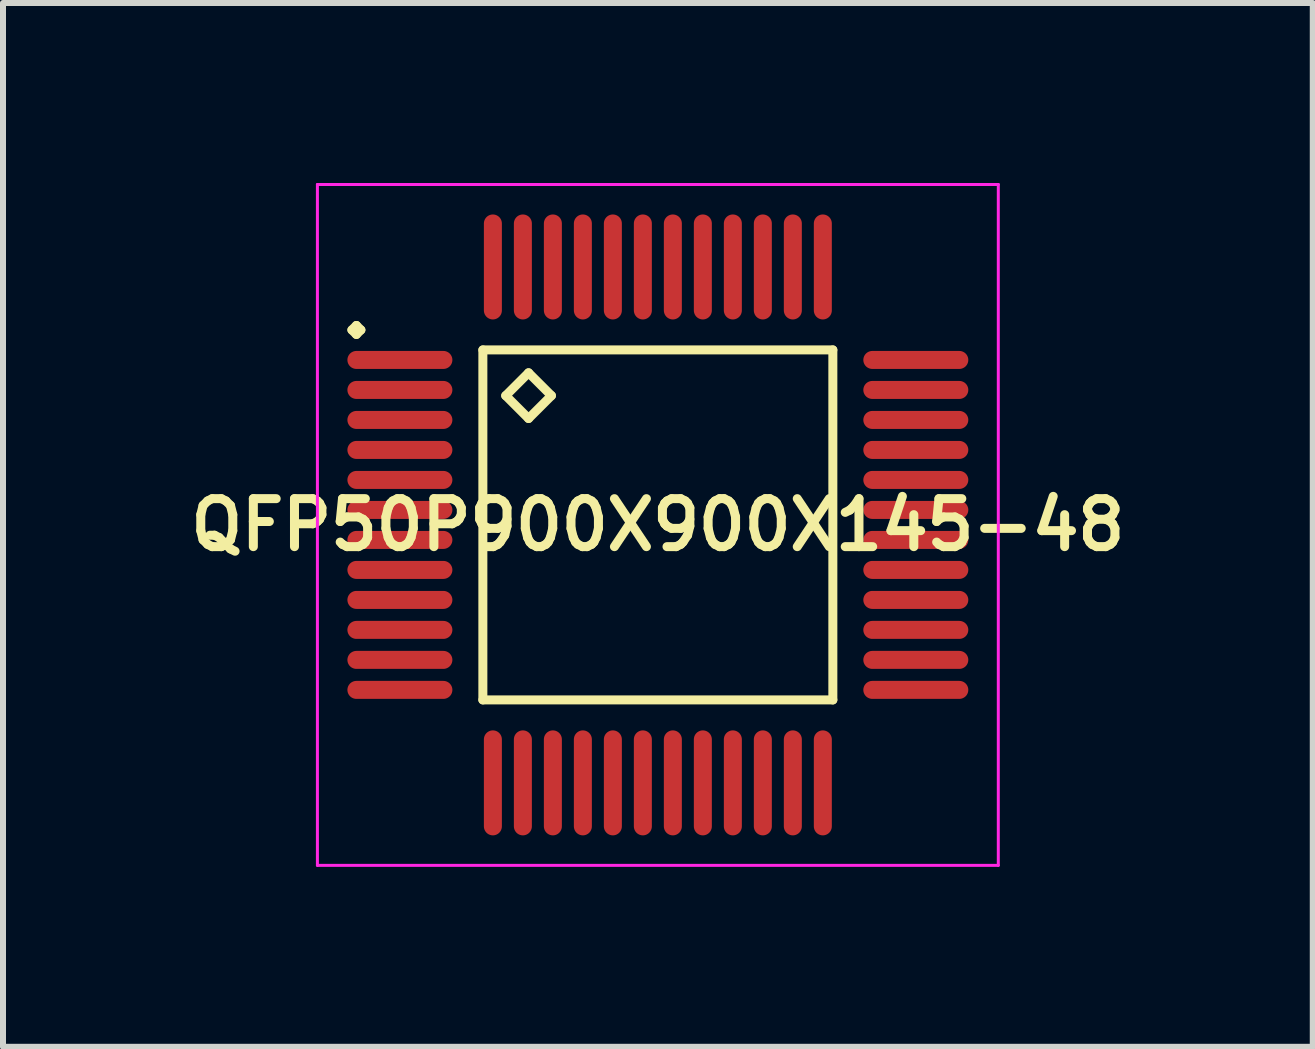
<source format=kicad_pcb>
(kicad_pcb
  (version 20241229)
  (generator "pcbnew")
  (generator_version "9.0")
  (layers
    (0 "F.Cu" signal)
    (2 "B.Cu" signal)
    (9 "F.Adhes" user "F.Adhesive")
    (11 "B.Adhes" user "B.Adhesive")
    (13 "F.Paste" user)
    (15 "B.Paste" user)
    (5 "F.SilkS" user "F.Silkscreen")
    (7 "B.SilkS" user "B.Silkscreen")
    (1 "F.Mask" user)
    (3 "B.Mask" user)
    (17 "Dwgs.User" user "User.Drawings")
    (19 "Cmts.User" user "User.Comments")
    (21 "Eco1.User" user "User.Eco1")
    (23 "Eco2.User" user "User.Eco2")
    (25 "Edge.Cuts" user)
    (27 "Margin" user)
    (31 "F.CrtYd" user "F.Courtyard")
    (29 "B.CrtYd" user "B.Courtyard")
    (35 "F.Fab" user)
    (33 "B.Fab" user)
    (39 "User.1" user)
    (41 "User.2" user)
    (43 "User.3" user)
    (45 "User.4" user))
  (footprint "QFP50P900X900X145-48"
    (layer "F.Cu")
    (at 7.916 5.7)
    (property "Reference" "QFP50P900X900X145-48" (at 0 0 0) (layer "F.SilkS") (effects (font (size 0.8 0.8) (thickness 0.15))))
    (attr smd)
    (fp_line (start -5.1 -3.25) (end -5.025 -3.325) (stroke (width 0.15) (type solid)) (layer "F.SilkS"))
    (fp_line (start -5.025 -3.325) (end -4.95 -3.25) (stroke (width 0.15) (type solid)) (layer "F.SilkS"))
    (fp_line (start -5.025 -3.175) (end -5.1 -3.25) (stroke (width 0.15) (type solid)) (layer "F.SilkS"))
    (fp_line (start -4.95 -3.25) (end -5.025 -3.175) (stroke (width 0.15) (type solid)) (layer "F.SilkS"))
    (fp_line (start -2.917 -2.917) (end -2.917 2.917) (stroke (width 0.15) (type solid)) (layer "F.SilkS"))
    (fp_line (start -2.917 2.917) (end 2.917 2.917) (stroke (width 0.15) (type solid)) (layer "F.SilkS"))
    (fp_line (start -2.536 -2.155) (end -2.155 -2.536) (stroke (width 0.15) (type solid)) (layer "F.SilkS"))
    (fp_line (start -2.155 -2.536) (end -1.774 -2.155) (stroke (width 0.15) (type solid)) (layer "F.SilkS"))
    (fp_line (start -2.155 -1.774) (end -2.536 -2.155) (stroke (width 0.15) (type solid)) (layer "F.SilkS"))
    (fp_line (start -1.774 -2.155) (end -2.155 -1.774) (stroke (width 0.15) (type solid)) (layer "F.SilkS"))
    (fp_line (start 2.917 -2.917) (end -2.917 -2.917) (stroke (width 0.15) (type solid)) (layer "F.SilkS"))
    (fp_line (start 2.917 2.917) (end 2.917 -2.917) (stroke (width 0.15) (type solid)) (layer "F.SilkS"))
    (fp_line (start -5.675 -5.675) (end 5.675 -5.675) (stroke (width 0.05) (type solid)) (layer "F.CrtYd"))
    (fp_line (start -5.675 5.675) (end -5.675 -5.675) (stroke (width 0.05) (type solid)) (layer "F.CrtYd"))
    (fp_line (start 5.675 -5.675) (end 5.675 5.675) (stroke (width 0.05) (type solid)) (layer "F.CrtYd"))
    (fp_line (start 5.675 5.675) (end -5.675 5.675) (stroke (width 0.05) (type solid)) (layer "F.CrtYd"))
    (pad "1" smd oval (at -4.3 -2.75) (size 1.75 0.3) (layers "F.Cu" "F.Mask" "F.Paste"))
    (pad "2" smd oval (at -4.3 -2.25) (size 1.75 0.3) (layers "F.Cu" "F.Mask" "F.Paste"))
    (pad "3" smd oval (at -4.3 -1.75) (size 1.75 0.3) (layers "F.Cu" "F.Mask" "F.Paste"))
    (pad "4" smd oval (at -4.3 -1.25) (size 1.75 0.3) (layers "F.Cu" "F.Mask" "F.Paste"))
    (pad "5" smd oval (at -4.3 -0.75) (size 1.75 0.3) (layers "F.Cu" "F.Mask" "F.Paste"))
    (pad "6" smd oval (at -4.3 -0.25) (size 1.75 0.3) (layers "F.Cu" "F.Mask" "F.Paste"))
    (pad "7" smd oval (at -4.3 0.25) (size 1.75 0.3) (layers "F.Cu" "F.Mask" "F.Paste"))
    (pad "8" smd oval (at -4.3 0.75) (size 1.75 0.3) (layers "F.Cu" "F.Mask" "F.Paste"))
    (pad "9" smd oval (at -4.3 1.25) (size 1.75 0.3) (layers "F.Cu" "F.Mask" "F.Paste"))
    (pad "10" smd oval (at -4.3 1.75) (size 1.75 0.3) (layers "F.Cu" "F.Mask" "F.Paste"))
    (pad "11" smd oval (at -4.3 2.25) (size 1.75 0.3) (layers "F.Cu" "F.Mask" "F.Paste"))
    (pad "12" smd oval (at -4.3 2.75) (size 1.75 0.3) (layers "F.Cu" "F.Mask" "F.Paste"))
    (pad "13" smd oval (at -2.75 4.3) (size 0.3 1.75) (layers "F.Cu" "F.Mask" "F.Paste"))
    (pad "14" smd oval (at -2.25 4.3) (size 0.3 1.75) (layers "F.Cu" "F.Mask" "F.Paste"))
    (pad "15" smd oval (at -1.75 4.3) (size 0.3 1.75) (layers "F.Cu" "F.Mask" "F.Paste"))
    (pad "16" smd oval (at -1.25 4.3) (size 0.3 1.75) (layers "F.Cu" "F.Mask" "F.Paste"))
    (pad "17" smd oval (at -0.75 4.3) (size 0.3 1.75) (layers "F.Cu" "F.Mask" "F.Paste"))
    (pad "18" smd oval (at -0.25 4.3) (size 0.3 1.75) (layers "F.Cu" "F.Mask" "F.Paste"))
    (pad "19" smd oval (at 0.25 4.3) (size 0.3 1.75) (layers "F.Cu" "F.Mask" "F.Paste"))
    (pad "20" smd oval (at 0.75 4.3) (size 0.3 1.75) (layers "F.Cu" "F.Mask" "F.Paste"))
    (pad "21" smd oval (at 1.25 4.3) (size 0.3 1.75) (layers "F.Cu" "F.Mask" "F.Paste"))
    (pad "22" smd oval (at 1.75 4.3) (size 0.3 1.75) (layers "F.Cu" "F.Mask" "F.Paste"))
    (pad "23" smd oval (at 2.25 4.3) (size 0.3 1.75) (layers "F.Cu" "F.Mask" "F.Paste"))
    (pad "24" smd oval (at 2.75 4.3) (size 0.3 1.75) (layers "F.Cu" "F.Mask" "F.Paste"))
    (pad "25" smd oval (at 4.3 2.75) (size 1.75 0.3) (layers "F.Cu" "F.Mask" "F.Paste"))
    (pad "26" smd oval (at 4.3 2.25) (size 1.75 0.3) (layers "F.Cu" "F.Mask" "F.Paste"))
    (pad "27" smd oval (at 4.3 1.75) (size 1.75 0.3) (layers "F.Cu" "F.Mask" "F.Paste"))
    (pad "28" smd oval (at 4.3 1.25) (size 1.75 0.3) (layers "F.Cu" "F.Mask" "F.Paste"))
    (pad "29" smd oval (at 4.3 0.75) (size 1.75 0.3) (layers "F.Cu" "F.Mask" "F.Paste"))
    (pad "30" smd oval (at 4.3 0.25) (size 1.75 0.3) (layers "F.Cu" "F.Mask" "F.Paste"))
    (pad "31" smd oval (at 4.3 -0.25) (size 1.75 0.3) (layers "F.Cu" "F.Mask" "F.Paste"))
    (pad "32" smd oval (at 4.3 -0.75) (size 1.75 0.3) (layers "F.Cu" "F.Mask" "F.Paste"))
    (pad "33" smd oval (at 4.3 -1.25) (size 1.75 0.3) (layers "F.Cu" "F.Mask" "F.Paste"))
    (pad "34" smd oval (at 4.3 -1.75) (size 1.75 0.3) (layers "F.Cu" "F.Mask" "F.Paste"))
    (pad "35" smd oval (at 4.3 -2.25) (size 1.75 0.3) (layers "F.Cu" "F.Mask" "F.Paste"))
    (pad "36" smd oval (at 4.3 -2.75) (size 1.75 0.3) (layers "F.Cu" "F.Mask" "F.Paste"))
    (pad "37" smd oval (at 2.75 -4.3) (size 0.3 1.75) (layers "F.Cu" "F.Mask" "F.Paste"))
    (pad "38" smd oval (at 2.25 -4.3) (size 0.3 1.75) (layers "F.Cu" "F.Mask" "F.Paste"))
    (pad "39" smd oval (at 1.75 -4.3) (size 0.3 1.75) (layers "F.Cu" "F.Mask" "F.Paste"))
    (pad "40" smd oval (at 1.25 -4.3) (size 0.3 1.75) (layers "F.Cu" "F.Mask" "F.Paste"))
    (pad "41" smd oval (at 0.75 -4.3) (size 0.3 1.75) (layers "F.Cu" "F.Mask" "F.Paste"))
    (pad "42" smd oval (at 0.25 -4.3) (size 0.3 1.75) (layers "F.Cu" "F.Mask" "F.Paste"))
    (pad "43" smd oval (at -0.25 -4.3) (size 0.3 1.75) (layers "F.Cu" "F.Mask" "F.Paste"))
    (pad "44" smd oval (at -0.75 -4.3) (size 0.3 1.75) (layers "F.Cu" "F.Mask" "F.Paste"))
    (pad "45" smd oval (at -1.25 -4.3) (size 0.3 1.75) (layers "F.Cu" "F.Mask" "F.Paste"))
    (pad "46" smd oval (at -1.75 -4.3) (size 0.3 1.75) (layers "F.Cu" "F.Mask" "F.Paste"))
    (pad "47" smd oval (at -2.25 -4.3) (size 0.3 1.75) (layers "F.Cu" "F.Mask" "F.Paste"))
    (pad "48" smd oval (at -2.75 -4.3) (size 0.3 1.75) (layers "F.Cu" "F.Mask" "F.Paste")))
  (gr_rect
    (start -3 -3)
    (end 18.833 14.4)
    (stroke (width 0.1) (type default))
    (fill no)
    (layer "Edge.Cuts")))
</source>
